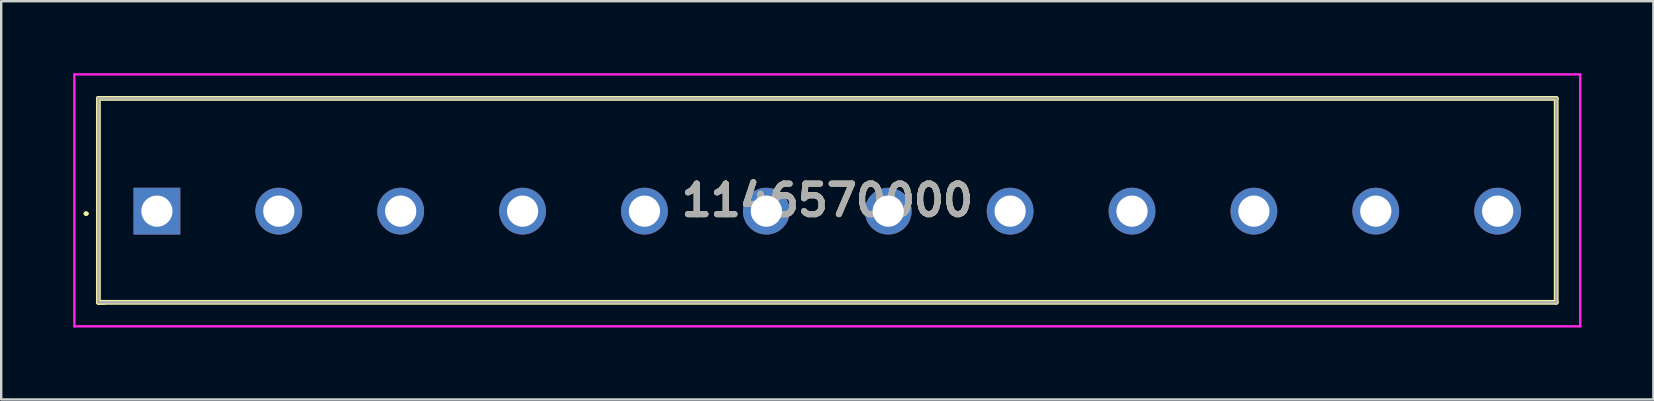
<source format=kicad_pcb>
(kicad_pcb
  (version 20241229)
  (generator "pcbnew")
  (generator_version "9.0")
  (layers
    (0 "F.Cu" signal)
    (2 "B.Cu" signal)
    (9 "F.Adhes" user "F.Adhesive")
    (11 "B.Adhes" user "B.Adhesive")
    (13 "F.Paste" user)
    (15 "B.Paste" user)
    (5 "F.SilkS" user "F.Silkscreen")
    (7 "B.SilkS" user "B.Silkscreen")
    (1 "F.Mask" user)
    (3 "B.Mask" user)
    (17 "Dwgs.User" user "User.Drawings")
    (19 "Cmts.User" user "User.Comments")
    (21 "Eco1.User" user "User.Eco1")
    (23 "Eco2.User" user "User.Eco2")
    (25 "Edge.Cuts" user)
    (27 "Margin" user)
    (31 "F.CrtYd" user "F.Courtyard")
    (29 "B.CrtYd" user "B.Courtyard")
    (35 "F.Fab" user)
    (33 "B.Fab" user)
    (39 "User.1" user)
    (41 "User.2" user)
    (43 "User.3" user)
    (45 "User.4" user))
  (footprint "1146570000"
    (layer "F.Cu")
    (at 3.49 5.75)
    (property "Reference" "1146570000" (at 27.94 -0.45 0) (layer "F.SilkS") (effects (font (size 1.27 1.27) (thickness 0.254))))
    (attr through_hole)
    (fp_line (start -3 0.1) (end -3 0.1) (stroke (width 0.1) (type solid)) (layer "F.SilkS"))
    (fp_line (start -3 0.1) (end -3 0.1) (stroke (width 0.1) (type solid)) (layer "F.SilkS"))
    (fp_line (start -2.9 0.1) (end -2.9 0.1) (stroke (width 0.1) (type solid)) (layer "F.SilkS"))
    (fp_line (start -2.44 -4.7) (end 58.32 -4.7) (stroke (width 0.2) (type solid)) (layer "F.SilkS"))
    (fp_line (start -2.44 3.8) (end -2.44 -4.7) (stroke (width 0.2) (type solid)) (layer "F.SilkS"))
    (fp_line (start -2.44 3.8) (end -2.2 3.8) (stroke (width 0.2) (type solid)) (layer "F.SilkS"))
    (fp_line (start 58.32 -4.7) (end 58.32 3.8) (stroke (width 0.2) (type solid)) (layer "F.SilkS"))
    (fp_line (start 58.32 3.8) (end -2.44 3.8) (stroke (width 0.2) (type solid)) (layer "F.SilkS"))
    (fp_arc (start -3 0.1) (mid -2.95 0.05) (end -2.9 0.1) (stroke (width 0.1) (type solid)) (layer "F.SilkS"))
    (fp_arc (start -2.9 0.1) (mid -2.95 0.15) (end -3 0.1) (stroke (width 0.1) (type solid)) (layer "F.SilkS"))
    (fp_arc (start -2.9 0.1) (mid -2.95 0.15) (end -3 0.1) (stroke (width 0.1) (type solid)) (layer "F.SilkS"))
    (fp_line (start -3.44 -5.7) (end 59.32 -5.7) (stroke (width 0.1) (type solid)) (layer "F.CrtYd"))
    (fp_line (start -3.44 4.8) (end -3.44 -5.7) (stroke (width 0.1) (type solid)) (layer "F.CrtYd"))
    (fp_line (start 59.32 -5.7) (end 59.32 4.8) (stroke (width 0.1) (type solid)) (layer "F.CrtYd"))
    (fp_line (start 59.32 4.8) (end -3.44 4.8) (stroke (width 0.1) (type solid)) (layer "F.CrtYd"))
    (fp_line (start -2.44 -4.7) (end -2.44 3.8) (stroke (width 0.1) (type solid)) (layer "F.Fab"))
    (fp_line (start -2.44 3.8) (end 58.32 3.8) (stroke (width 0.1) (type solid)) (layer "F.Fab"))
    (fp_line (start 58.32 -4.7) (end -2.44 -4.7) (stroke (width 0.1) (type solid)) (layer "F.Fab"))
    (fp_line (start 58.32 3.8) (end 58.32 -4.7) (stroke (width 0.1) (type solid)) (layer "F.Fab"))
    (fp_text user "${REFERENCE}" (at 27.94 -0.45 0) (layer "F.Fab") (effects (font (size 1.27 1.27) (thickness 0.254))))
    (pad "1" thru_hole rect (at 0 0) (size 1.95 1.95) (drill 1.3) (layers "*.Cu" "*.Mask"))
    (pad "2" thru_hole circle (at 5.08 0) (size 1.95 1.95) (drill 1.3) (layers "*.Cu" "*.Mask"))
    (pad "3" thru_hole circle (at 10.16 0) (size 1.95 1.95) (drill 1.3) (layers "*.Cu" "*.Mask"))
    (pad "4" thru_hole circle (at 15.24 0) (size 1.95 1.95) (drill 1.3) (layers "*.Cu" "*.Mask"))
    (pad "5" thru_hole circle (at 20.32 0) (size 1.95 1.95) (drill 1.3) (layers "*.Cu" "*.Mask"))
    (pad "6" thru_hole circle (at 25.4 0) (size 1.95 1.95) (drill 1.3) (layers "*.Cu" "*.Mask"))
    (pad "7" thru_hole circle (at 30.48 0) (size 1.95 1.95) (drill 1.3) (layers "*.Cu" "*.Mask"))
    (pad "8" thru_hole circle (at 35.56 0) (size 1.95 1.95) (drill 1.3) (layers "*.Cu" "*.Mask"))
    (pad "9" thru_hole circle (at 40.64 0) (size 1.95 1.95) (drill 1.3) (layers "*.Cu" "*.Mask"))
    (pad "10" thru_hole circle (at 45.72 0) (size 1.95 1.95) (drill 1.3) (layers "*.Cu" "*.Mask"))
    (pad "11" thru_hole circle (at 50.8 0) (size 1.95 1.95) (drill 1.3) (layers "*.Cu" "*.Mask"))
    (pad "12" thru_hole circle (at 55.88 0) (size 1.95 1.95) (drill 1.3) (layers "*.Cu" "*.Mask")))
  (gr_rect
    (start -3 -3)
    (end 65.86 13.6)
    (stroke (width 0.1) (type default))
    (fill no)
    (layer "Edge.Cuts")))
</source>
